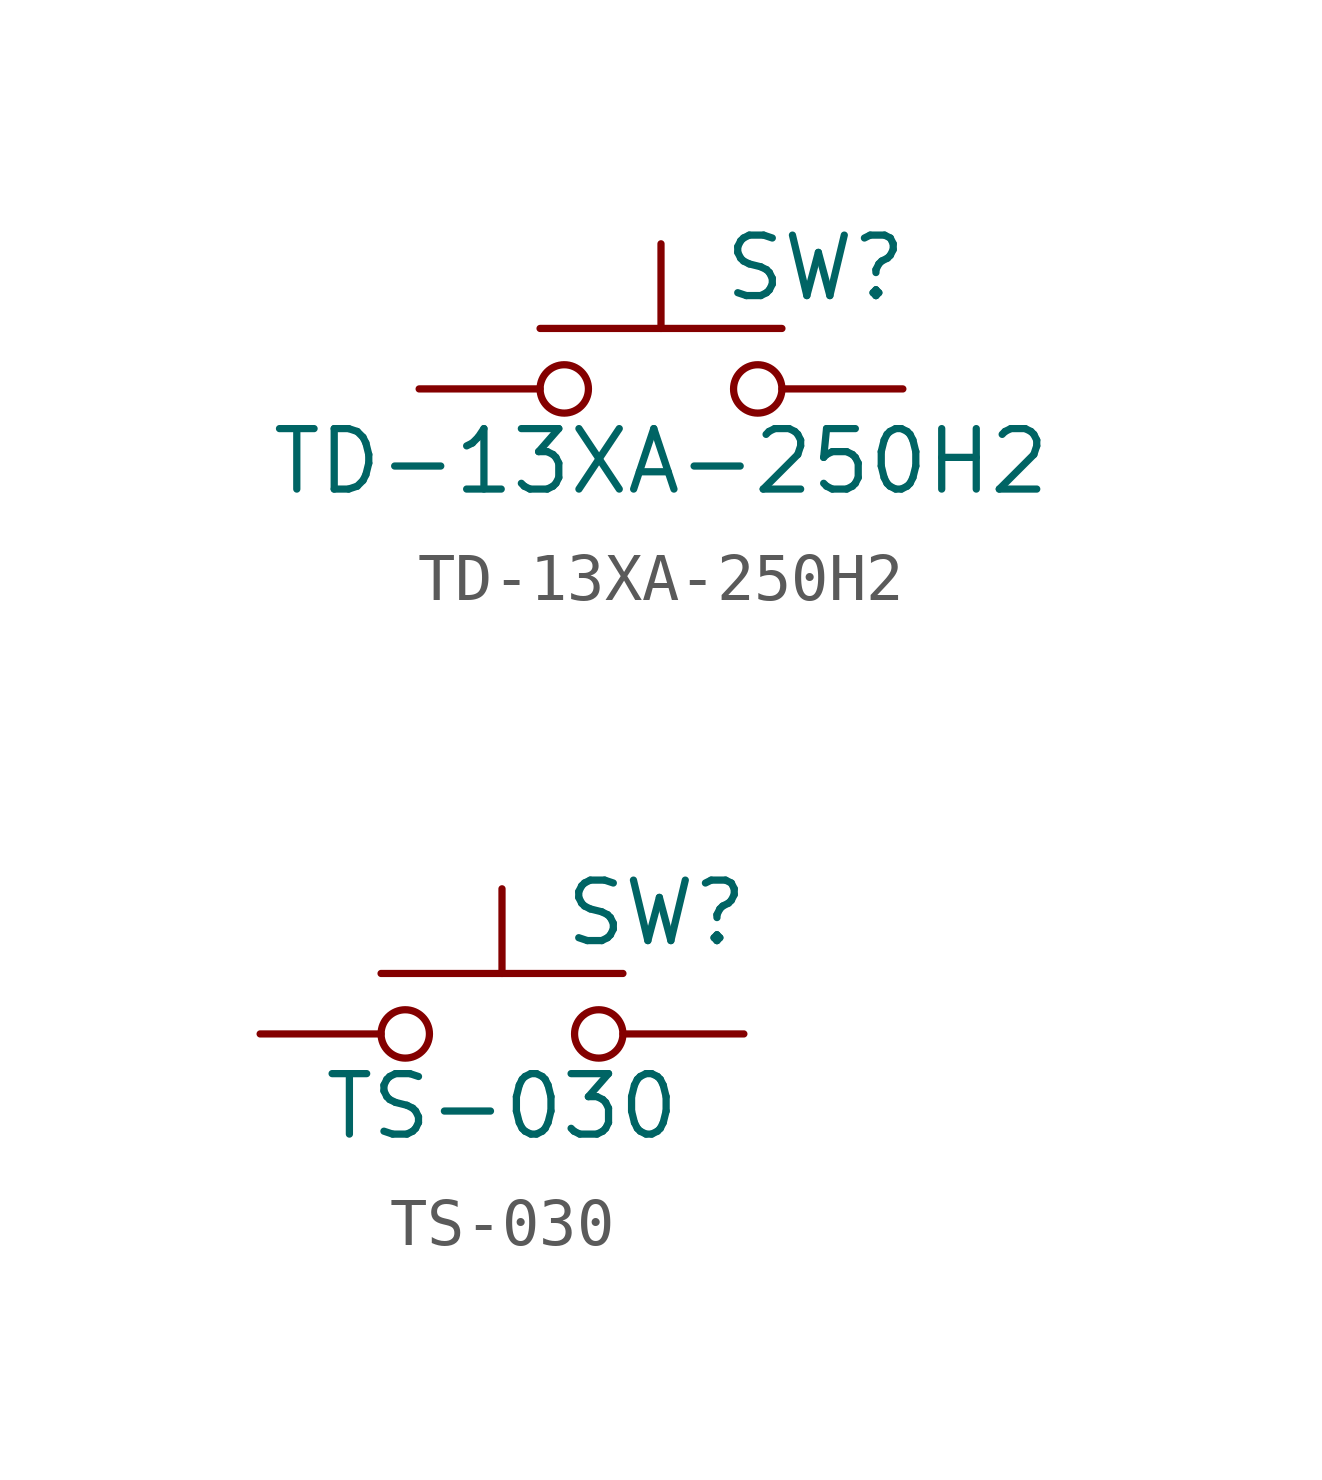
<source format=kicad_sym>
(kicad_symbol_lib
  (version 20220914)
  (generator kicad_symbol_editor)
  (symbol "TD-13XA-250H2"
    (pin_numbers hide)
    (pin_names
      (offset 1.016) hide)
    (property "Reference" "SW"
      (at 1.27 2.54 0)
      (effects (font (size 1.27 1.27)) (justify left)))
    (property "Value" "TD-13XA-250H2"
      (at 0 -1.524 0)
      (effects (font (size 1.27 1.27))))
    (symbol "TD-13XA-250H2_0_1"
      (circle (center -2.032 0) (radius 0.508) (stroke (width 0) (type default)) (fill (type none)))
      (polyline (pts (xy 0 1.27) (xy 0 3.048)) (stroke (width 0) (type default)) (fill (type none)))
      (polyline (pts (xy 2.54 1.27) (xy -2.54 1.27)) (stroke (width 0) (type default)) (fill (type none)))
      (circle (center 2.032 0) (radius 0.508) (stroke (width 0) (type default)) (fill (type none)))
      (pin passive line (at -5.08 0 0) (length 2.54) (name "1" (effects (font (size 1.27 1.27)))) (number "1" (effects (font (size 1.27 1.27)))))
      (pin passive line (at 5.08 0 180) (length 2.54) (name "2" (effects (font (size 1.27 1.27)))) (number "2" (effects (font (size 1.27 1.27)))))))
  (symbol "TS-030"
    (pin_numbers hide)
    (pin_names
      (offset 1.016) hide)
    (property "Reference" "SW"
      (at 1.27 2.54 0)
      (effects (font (size 1.27 1.27)) (justify left)))
    (property "Value" "TS-030"
      (at 0 -1.524 0)
      (effects (font (size 1.27 1.27))))
    (symbol "TS-030_0_1"
      (circle (center -2.032 0) (radius 0.508) (stroke (width 0) (type default)) (fill (type none)))
      (polyline (pts (xy 0 1.27) (xy 0 3.048)) (stroke (width 0) (type default)) (fill (type none)))
      (polyline (pts (xy 2.54 1.27) (xy -2.54 1.27)) (stroke (width 0) (type default)) (fill (type none)))
      (circle (center 2.032 0) (radius 0.508) (stroke (width 0) (type default)) (fill (type none)))
      (pin passive line (at -5.08 0 0) (length 2.54) (name "1" (effects (font (size 1.27 1.27)))) (number "1" (effects (font (size 1.27 1.27)))))
      (pin passive line (at 5.08 0 180) (length 2.54) (name "2" (effects (font (size 1.27 1.27)))) (number "2" (effects (font (size 1.27 1.27))))))))
</source>
